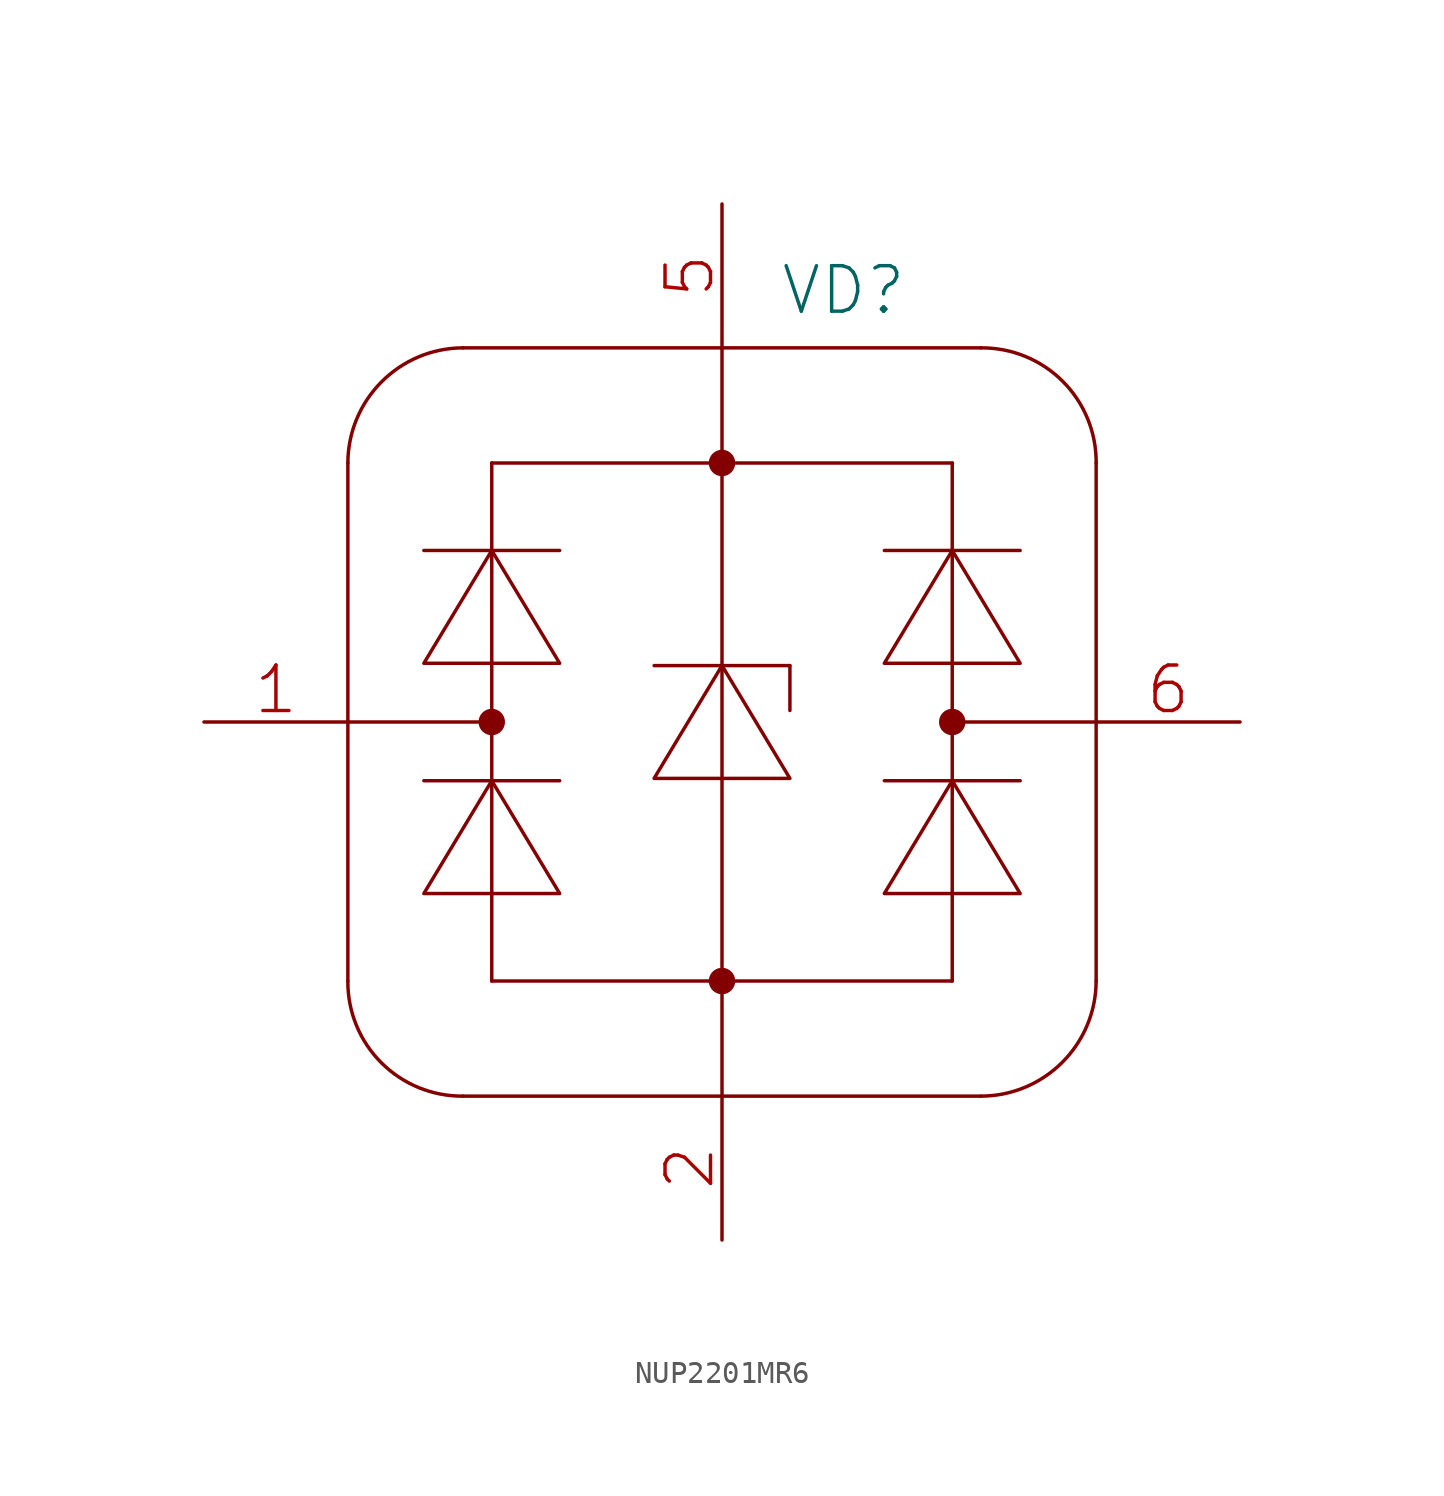
<source format=kicad_sym>
(kicad_symbol_lib
  (version 20231120)
  (generator "kicad_symbol_editor")
  (generator_version "8.0")
  (symbol "NUP2201MR6"
    (pin_names
      (offset 0.025) hide)
    (property "Reference" "VD"
      (at 2.54 19.05 0)
      (effects (font (size 2.007 2.007)) (justify left)))
    (symbol "NUP2201MR6_0_1"
      (arc (start -16.51 -11.43) (mid -15.0311 -15.0386) (end -11.43 -16.51) (stroke (width 0) (type solid)) (fill (type none)))
      (arc (start -11.43 16.51) (mid -15.0131 15.0206) (end -16.51 11.43) (stroke (width 0) (type solid)) (fill (type none)))
      (circle (center -10.16 0) (radius 0.508) (stroke (width 0) (type solid)) (fill (type outline)))
      (circle (center 0 -11.43) (radius 0.508) (stroke (width 0) (type solid)) (fill (type outline)))
      (polyline (pts (xy -16.51 -11.43) (xy -16.51 11.43)) (stroke (width 0) (type solid)) (fill (type none)))
      (polyline (pts (xy -16.51 0) (xy -10.16 0)) (stroke (width 0) (type solid)) (fill (type none)))
      (polyline (pts (xy -13.157 -2.591) (xy -7.163 -2.591)) (stroke (width 0) (type solid)) (fill (type none)))
      (polyline (pts (xy -13.157 7.569) (xy -7.163 7.569)) (stroke (width 0) (type solid)) (fill (type none)))
      (polyline (pts (xy -11.43 16.51) (xy 11.43 16.51)) (stroke (width 0) (type solid)) (fill (type none)))
      (polyline (pts (xy -10.16 -11.43) (xy -10.16 11.43)) (stroke (width 0) (type solid)) (fill (type none)))
      (polyline (pts (xy -10.16 -11.43) (xy 10.16 -11.43)) (stroke (width 0) (type solid)) (fill (type none)))
      (polyline (pts (xy -10.16 11.43) (xy 10.16 11.43)) (stroke (width 0) (type solid)) (fill (type none)))
      (polyline (pts (xy -2.997 2.489) (xy 2.997 2.489)) (stroke (width 0) (type solid)) (fill (type none)))
      (polyline (pts (xy 0 16.51) (xy 0 -16.51)) (stroke (width 0) (type solid)) (fill (type none)))
      (polyline (pts (xy 2.997 2.489) (xy 2.997 0.508)) (stroke (width 0) (type solid)) (fill (type none)))
      (polyline (pts (xy 7.163 -2.591) (xy 13.157 -2.591)) (stroke (width 0) (type solid)) (fill (type none)))
      (polyline (pts (xy 7.163 7.569) (xy 13.157 7.569)) (stroke (width 0) (type solid)) (fill (type none)))
      (polyline (pts (xy 10.16 0) (xy 16.51 0)) (stroke (width 0) (type solid)) (fill (type none)))
      (polyline (pts (xy 10.16 11.43) (xy 10.16 -11.43)) (stroke (width 0) (type solid)) (fill (type none)))
      (polyline (pts (xy 11.43 -16.51) (xy -11.43 -16.51)) (stroke (width 0) (type solid)) (fill (type none)))
      (polyline (pts (xy 16.51 11.43) (xy 16.51 -11.43)) (stroke (width 0) (type solid)) (fill (type none)))
      (polyline (pts (xy -10.16 -2.591) (xy -13.157 -7.569) (xy -7.163 -7.569) (xy -10.16 -2.591)) (stroke (width 0) (type solid)) (fill (type none)))
      (polyline (pts (xy -10.16 7.569) (xy -13.157 2.591) (xy -7.163 2.591) (xy -10.16 7.569)) (stroke (width 0) (type solid)) (fill (type none)))
      (polyline (pts (xy 0 2.489) (xy -2.997 -2.489) (xy 2.997 -2.489) (xy 0 2.489)) (stroke (width 0) (type solid)) (fill (type none)))
      (polyline (pts (xy 10.16 -2.591) (xy 7.163 -7.569) (xy 13.157 -7.569) (xy 10.16 -2.591)) (stroke (width 0) (type solid)) (fill (type none)))
      (polyline (pts (xy 10.16 7.569) (xy 7.163 2.591) (xy 13.157 2.591) (xy 10.16 7.569)) (stroke (width 0) (type solid)) (fill (type none)))
      (circle (center 0 11.43) (radius 0.508) (stroke (width 0) (type solid)) (fill (type outline)))
      (circle (center 10.16 0) (radius 0.508) (stroke (width 0) (type solid)) (fill (type outline)))
      (arc (start 11.43 -16.51) (mid 15.0131 -15.0206) (end 16.51 -11.43) (stroke (width 0) (type solid)) (fill (type none)))
      (arc (start 16.51 11.43) (mid 15.0311 15.0386) (end 11.43 16.51) (stroke (width 0) (type solid)) (fill (type none))))
    (symbol "NUP2201MR6_1_1"
      (pin passive line (at -22.86 0 0) (length 6.35) (name "IO" (effects (font (size 2.007 2.007)))) (number "1" (effects (font (size 2.007 2.007)))))
      (pin passive line (at 0 -22.86 90) (length 6.35) (name "VN" (effects (font (size 2.007 2.007)))) (number "2" (effects (font (size 2.007 2.007)))))
      (pin passive line (at 0 22.86 270) (length 6.35) (name "VP" (effects (font (size 2.007 2.007)))) (number "5" (effects (font (size 2.007 2.007)))))
      (pin passive line (at 22.86 0 180) (length 6.35) (name "IO" (effects (font (size 2.007 2.007)))) (number "6" (effects (font (size 2.007 2.007))))))))
</source>
